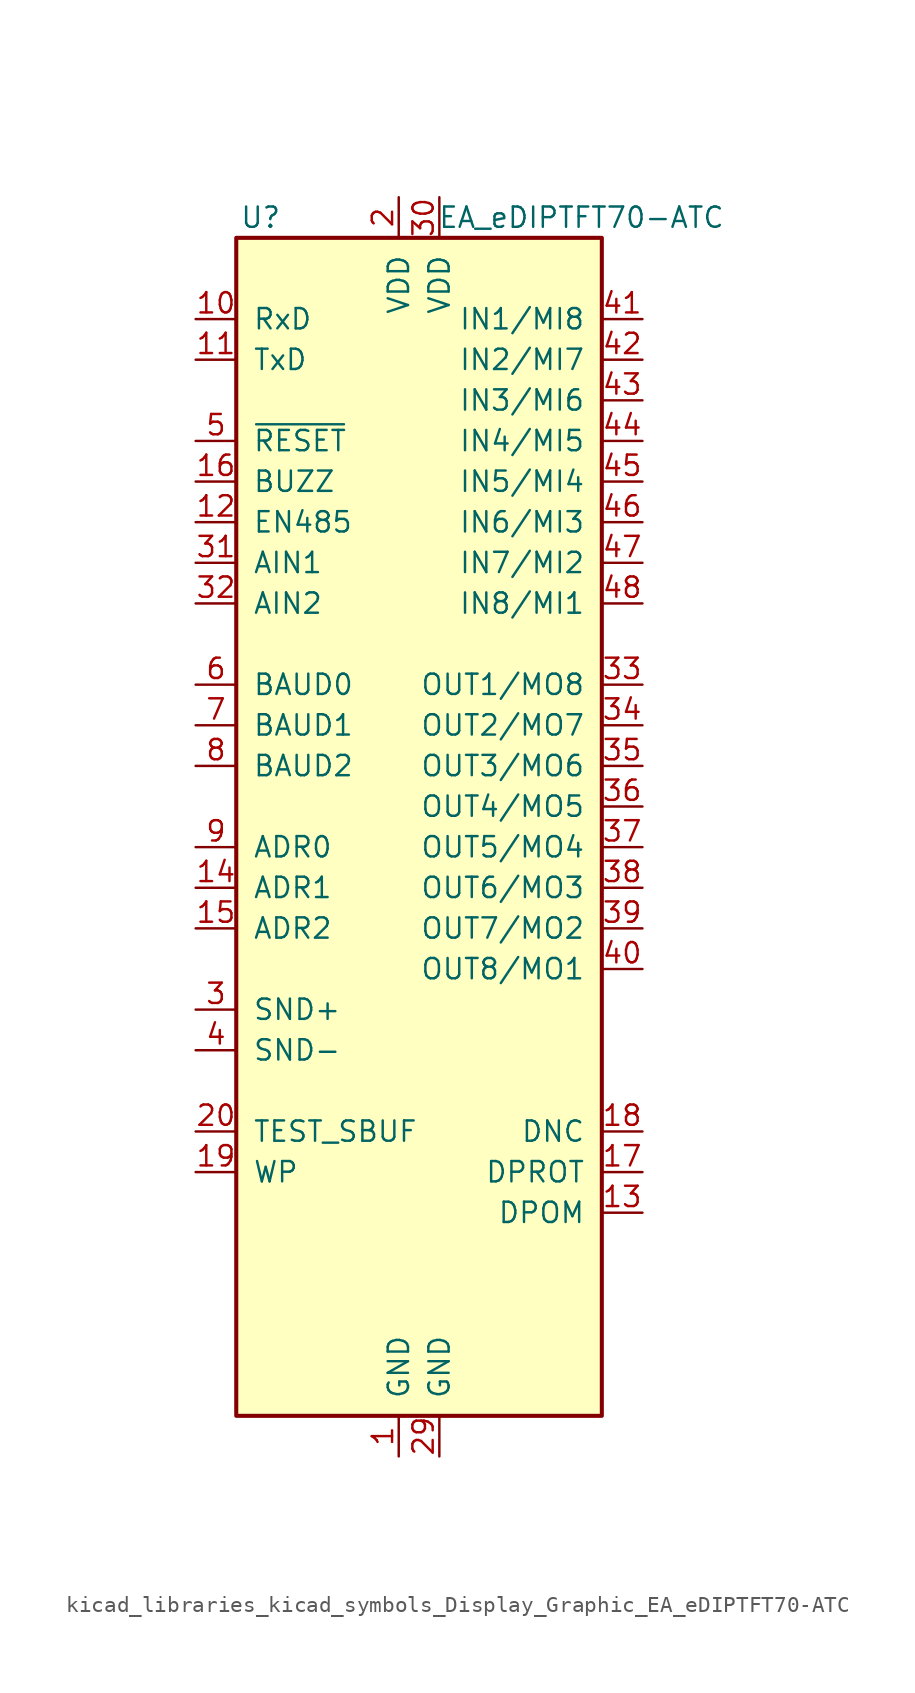
<source format=kicad_sym>
(kicad_symbol_lib
  (version 20220914)
  (generator kicad_symbol_editor)
  (symbol "kicad_libraries_kicad_symbols_Display_Graphic_EA_eDIPTFT70-ATC"
    (pin_names
      (offset 1.016))
    (property "Reference" "U"
      (at -8.636 36.83 0)
      (effects (font (size 1.27 1.27))))
    (property "Value" "EA_eDIPTFT70-ATC"
      (at 11.43 36.83 0)
      (effects (font (size 1.27 1.27))))
    (symbol "kicad_libraries_kicad_symbols_Display_Graphic_EA_eDIPTFT70-ATC_0_1"
      (rectangle (start -10.16 35.56) (end 12.7 -38.1) (stroke (width 0.254) (type default)) (fill (type background))))
    (symbol "kicad_libraries_kicad_symbols_Display_Graphic_EA_eDIPTFT70-ATC_1_1"
      (pin power_in line (at 0 -40.64 90) (length 2.54) (name "GND" (effects (font (size 1.27 1.27)))) (number "1" (effects (font (size 1.27 1.27)))))
      (pin input line (at -12.7 30.48 0) (length 2.54) (name "RxD" (effects (font (size 1.27 1.27)))) (number "10" (effects (font (size 1.27 1.27)))))
      (pin output line (at -12.7 27.94 0) (length 2.54) (name "TxD" (effects (font (size 1.27 1.27)))) (number "11" (effects (font (size 1.27 1.27)))))
      (pin output line (at -12.7 17.78 0) (length 2.54) (name "EN485" (effects (font (size 1.27 1.27)))) (number "12" (effects (font (size 1.27 1.27)))))
      (pin input line (at 15.24 -25.4 180) (length 2.54) (name "DPOM" (effects (font (size 1.27 1.27)))) (number "13" (effects (font (size 1.27 1.27)))))
      (pin input line (at -12.7 -5.08 0) (length 2.54) (name "ADR1" (effects (font (size 1.27 1.27)))) (number "14" (effects (font (size 1.27 1.27)))))
      (pin input line (at -12.7 -7.62 0) (length 2.54) (name "ADR2" (effects (font (size 1.27 1.27)))) (number "15" (effects (font (size 1.27 1.27)))))
      (pin output line (at -12.7 20.32 0) (length 2.54) (name "BUZZ" (effects (font (size 1.27 1.27)))) (number "16" (effects (font (size 1.27 1.27)))))
      (pin input line (at 15.24 -22.86 180) (length 2.54) (name "DPROT" (effects (font (size 1.27 1.27)))) (number "17" (effects (font (size 1.27 1.27)))))
      (pin output line (at 15.24 -20.32 180) (length 2.54) (name "DNC" (effects (font (size 1.27 1.27)))) (number "18" (effects (font (size 1.27 1.27)))))
      (pin input line (at -12.7 -22.86 0) (length 2.54) (name "WP" (effects (font (size 1.27 1.27)))) (number "19" (effects (font (size 1.27 1.27)))))
      (pin power_in line (at 0 38.1 270) (length 2.54) (name "VDD" (effects (font (size 1.27 1.27)))) (number "2" (effects (font (size 1.27 1.27)))))
      (pin bidirectional line (at -12.7 -20.32 0) (length 2.54) (name "TEST_SBUF" (effects (font (size 1.27 1.27)))) (number "20" (effects (font (size 1.27 1.27)))))
      (pin no_connect line (at -10.16 -27.94 0) (length 2.54) hide (name "NC" (effects (font (size 1.27 1.27)))) (number "21" (effects (font (size 1.27 1.27)))))
      (pin no_connect line (at -10.16 -30.48 0) (length 2.54) hide (name "NC" (effects (font (size 1.27 1.27)))) (number "22" (effects (font (size 1.27 1.27)))))
      (pin no_connect line (at -10.16 -33.02 0) (length 2.54) hide (name "NC" (effects (font (size 1.27 1.27)))) (number "23" (effects (font (size 1.27 1.27)))))
      (pin no_connect line (at -10.16 -35.56 0) (length 2.54) hide (name "NC" (effects (font (size 1.27 1.27)))) (number "24" (effects (font (size 1.27 1.27)))))
      (pin no_connect line (at 12.7 -35.56 180) (length 2.54) hide (name "NC" (effects (font (size 1.27 1.27)))) (number "25" (effects (font (size 1.27 1.27)))))
      (pin no_connect line (at 12.7 -33.02 180) (length 2.54) hide (name "NC" (effects (font (size 1.27 1.27)))) (number "26" (effects (font (size 1.27 1.27)))))
      (pin no_connect line (at 12.7 -30.48 180) (length 2.54) hide (name "NC" (effects (font (size 1.27 1.27)))) (number "27" (effects (font (size 1.27 1.27)))))
      (pin no_connect line (at 12.7 -27.94 180) (length 2.54) hide (name "NC" (effects (font (size 1.27 1.27)))) (number "28" (effects (font (size 1.27 1.27)))))
      (pin power_in line (at 2.54 -40.64 90) (length 2.54) (name "GND" (effects (font (size 1.27 1.27)))) (number "29" (effects (font (size 1.27 1.27)))))
      (pin output line (at -12.7 -12.7 0) (length 2.54) (name "SND+" (effects (font (size 1.27 1.27)))) (number "3" (effects (font (size 1.27 1.27)))))
      (pin power_in line (at 2.54 38.1 270) (length 2.54) (name "VDD" (effects (font (size 1.27 1.27)))) (number "30" (effects (font (size 1.27 1.27)))))
      (pin input line (at -12.7 15.24 0) (length 2.54) (name "AIN1" (effects (font (size 1.27 1.27)))) (number "31" (effects (font (size 1.27 1.27)))))
      (pin input line (at -12.7 12.7 0) (length 2.54) (name "AIN2" (effects (font (size 1.27 1.27)))) (number "32" (effects (font (size 1.27 1.27)))))
      (pin output line (at 15.24 7.62 180) (length 2.54) (name "OUT1/MO8" (effects (font (size 1.27 1.27)))) (number "33" (effects (font (size 1.27 1.27)))))
      (pin output line (at 15.24 5.08 180) (length 2.54) (name "OUT2/MO7" (effects (font (size 1.27 1.27)))) (number "34" (effects (font (size 1.27 1.27)))))
      (pin output line (at 15.24 2.54 180) (length 2.54) (name "OUT3/MO6" (effects (font (size 1.27 1.27)))) (number "35" (effects (font (size 1.27 1.27)))))
      (pin output line (at 15.24 0 180) (length 2.54) (name "OUT4/MO5" (effects (font (size 1.27 1.27)))) (number "36" (effects (font (size 1.27 1.27)))))
      (pin output line (at 15.24 -2.54 180) (length 2.54) (name "OUT5/MO4" (effects (font (size 1.27 1.27)))) (number "37" (effects (font (size 1.27 1.27)))))
      (pin output line (at 15.24 -5.08 180) (length 2.54) (name "OUT6/MO3" (effects (font (size 1.27 1.27)))) (number "38" (effects (font (size 1.27 1.27)))))
      (pin output line (at 15.24 -7.62 180) (length 2.54) (name "OUT7/MO2" (effects (font (size 1.27 1.27)))) (number "39" (effects (font (size 1.27 1.27)))))
      (pin input line (at -12.7 -15.24 0) (length 2.54) (name "SND-" (effects (font (size 1.27 1.27)))) (number "4" (effects (font (size 1.27 1.27)))))
      (pin output line (at 15.24 -10.16 180) (length 2.54) (name "OUT8/MO1" (effects (font (size 1.27 1.27)))) (number "40" (effects (font (size 1.27 1.27)))))
      (pin input line (at 15.24 30.48 180) (length 2.54) (name "IN1/MI8" (effects (font (size 1.27 1.27)))) (number "41" (effects (font (size 1.27 1.27)))))
      (pin input line (at 15.24 27.94 180) (length 2.54) (name "IN2/MI7" (effects (font (size 1.27 1.27)))) (number "42" (effects (font (size 1.27 1.27)))))
      (pin input line (at 15.24 25.4 180) (length 2.54) (name "IN3/MI6" (effects (font (size 1.27 1.27)))) (number "43" (effects (font (size 1.27 1.27)))))
      (pin input line (at 15.24 22.86 180) (length 2.54) (name "IN4/MI5" (effects (font (size 1.27 1.27)))) (number "44" (effects (font (size 1.27 1.27)))))
      (pin input line (at 15.24 20.32 180) (length 2.54) (name "IN5/MI4" (effects (font (size 1.27 1.27)))) (number "45" (effects (font (size 1.27 1.27)))))
      (pin input line (at 15.24 17.78 180) (length 2.54) (name "IN6/MI3" (effects (font (size 1.27 1.27)))) (number "46" (effects (font (size 1.27 1.27)))))
      (pin input line (at 15.24 15.24 180) (length 2.54) (name "IN7/MI2" (effects (font (size 1.27 1.27)))) (number "47" (effects (font (size 1.27 1.27)))))
      (pin input line (at 15.24 12.7 180) (length 2.54) (name "IN8/MI1" (effects (font (size 1.27 1.27)))) (number "48" (effects (font (size 1.27 1.27)))))
      (pin input line (at -12.7 22.86 0) (length 2.54) (name "~{RESET}" (effects (font (size 1.27 1.27)))) (number "5" (effects (font (size 1.27 1.27)))))
      (pin input line (at -12.7 7.62 0) (length 2.54) (name "BAUD0" (effects (font (size 1.27 1.27)))) (number "6" (effects (font (size 1.27 1.27)))))
      (pin input line (at -12.7 5.08 0) (length 2.54) (name "BAUD1" (effects (font (size 1.27 1.27)))) (number "7" (effects (font (size 1.27 1.27)))))
      (pin input line (at -12.7 2.54 0) (length 2.54) (name "BAUD2" (effects (font (size 1.27 1.27)))) (number "8" (effects (font (size 1.27 1.27)))))
      (pin input line (at -12.7 -2.54 0) (length 2.54) (name "ADR0" (effects (font (size 1.27 1.27)))) (number "9" (effects (font (size 1.27 1.27))))))))
</source>
